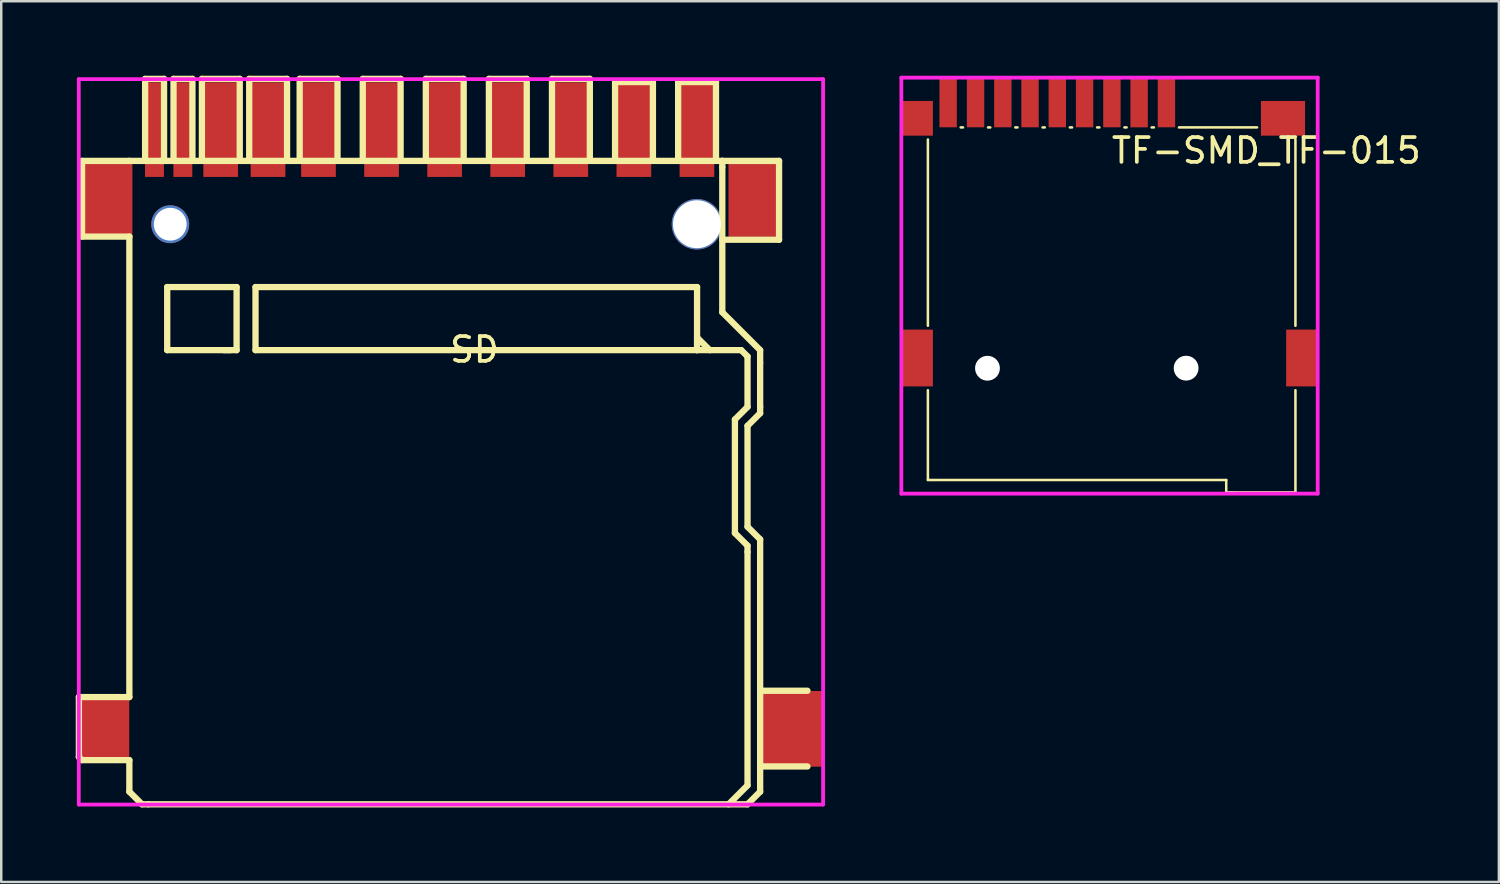
<source format=kicad_pcb>
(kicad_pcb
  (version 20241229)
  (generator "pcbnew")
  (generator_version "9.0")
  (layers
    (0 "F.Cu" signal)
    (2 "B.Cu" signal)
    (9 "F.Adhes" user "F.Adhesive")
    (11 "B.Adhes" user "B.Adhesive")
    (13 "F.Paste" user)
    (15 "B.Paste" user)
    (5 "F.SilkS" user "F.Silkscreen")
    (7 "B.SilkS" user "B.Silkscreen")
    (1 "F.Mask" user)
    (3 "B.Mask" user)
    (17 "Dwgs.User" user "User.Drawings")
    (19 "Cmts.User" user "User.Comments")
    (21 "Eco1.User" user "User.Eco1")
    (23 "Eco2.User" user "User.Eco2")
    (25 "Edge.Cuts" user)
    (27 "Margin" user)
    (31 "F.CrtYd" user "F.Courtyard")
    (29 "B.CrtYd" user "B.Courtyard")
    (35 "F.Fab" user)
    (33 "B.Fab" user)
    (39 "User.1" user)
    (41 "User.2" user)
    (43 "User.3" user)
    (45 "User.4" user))
  (footprint "TF-SMD_TF-015"
    (layer "F.Cu")
    (at 41.628 6.221)
    (property "Reference" "TF-SMD_TF-015" (at 0 -3.207 0) (layer "F.SilkS") (effects (font (size 1 1) (thickness 0.15)) (justify left)))
    (attr through_hole)
    (fp_line (start -7.314 -3.653) (end -7.314 3.847) (stroke (width 0.102) (type solid)) (layer "F.SilkS"))
    (fp_line (start -7.314 6.443) (end -7.314 10.056) (stroke (width 0.102) (type solid)) (layer "F.SilkS"))
    (fp_line (start -7.314 10.057) (end 4.699 10.058) (stroke (width 0.102) (type solid)) (layer "F.SilkS"))
    (fp_line (start -5.994 -4.14) (end -5.9 -4.14) (stroke (width 0.102) (type solid)) (layer "F.SilkS"))
    (fp_line (start -4.891 -4.14) (end -4.802 -4.14) (stroke (width 0.102) (type solid)) (layer "F.SilkS"))
    (fp_line (start -3.793 -4.14) (end -3.706 -4.14) (stroke (width 0.102) (type solid)) (layer "F.SilkS"))
    (fp_line (start -2.696 -4.14) (end -2.608 -4.14) (stroke (width 0.102) (type solid)) (layer "F.SilkS"))
    (fp_line (start -1.598 -4.14) (end -1.509 -4.14) (stroke (width 0.102) (type solid)) (layer "F.SilkS"))
    (fp_line (start -0.499 -4.14) (end -0.409 -4.14) (stroke (width 0.102) (type solid)) (layer "F.SilkS"))
    (fp_line (start 0.6 -4.14) (end 0.687 -4.14) (stroke (width 0.102) (type solid)) (layer "F.SilkS"))
    (fp_line (start 1.697 -4.14) (end 1.787 -4.14) (stroke (width 0.102) (type solid)) (layer "F.SilkS"))
    (fp_line (start 2.796 -4.14) (end 5.941 -4.14) (stroke (width 0.102) (type solid)) (layer "F.SilkS"))
    (fp_line (start 4.699 10.058) (end 4.699 10.555) (stroke (width 0.1) (type solid)) (layer "F.SilkS"))
    (fp_line (start 4.699 10.555) (end 7.486 10.557) (stroke (width 0.102) (type solid)) (layer "F.SilkS"))
    (fp_line (start 7.486 -3.653) (end 7.486 3.847) (stroke (width 0.102) (type solid)) (layer "F.SilkS"))
    (fp_line (start 7.486 6.443) (end 7.486 10.557) (stroke (width 0.102) (type solid)) (layer "F.SilkS"))
    (fp_line (start -8.382 -6.145) (end 8.382 -6.145) (stroke (width 0.152) (type solid)) (layer "F.CrtYd"))
    (fp_line (start -8.382 10.607) (end -8.382 -6.145) (stroke (width 0.152) (type solid)) (layer "F.CrtYd"))
    (fp_line (start 8.382 -6.145) (end 8.382 10.607) (stroke (width 0.152) (type solid)) (layer "F.CrtYd"))
    (fp_line (start 8.382 10.607) (end -8.382 10.607) (stroke (width 0.152) (type solid)) (layer "F.CrtYd"))
    (pad "" np_thru_hole circle (at -4.915 5.557) (size 1 1) (drill oval 1) (layers "*.Cu" "*.Mask"))
    (pad "" np_thru_hole circle (at 3.084 5.554) (size 1 1) (drill oval 1) (layers "*.Cu" "*.Mask"))
    (pad "1" smd rect (at 2.292 -5.145 180) (size 0.7 2) (layers "F.Cu" "F.Mask" "F.Paste"))
    (pad "2" smd rect (at 1.192 -5.143 180) (size 0.7 2) (layers "F.Cu" "F.Mask" "F.Paste"))
    (pad "3" smd rect (at 0.096 -5.145 180) (size 0.7 2) (layers "F.Cu" "F.Mask" "F.Paste"))
    (pad "4" smd rect (at -1.004 -5.145 180) (size 0.7 2) (layers "F.Cu" "F.Mask" "F.Paste"))
    (pad "5" smd rect (at -2.103 -5.145 180) (size 0.7 2) (layers "F.Cu" "F.Mask" "F.Paste"))
    (pad "6" smd rect (at -3.201 -5.145 180) (size 0.7 2) (layers "F.Cu" "F.Mask" "F.Paste"))
    (pad "7" smd rect (at -4.297 -5.145 180) (size 0.7 2) (layers "F.Cu" "F.Mask" "F.Paste"))
    (pad "8" smd rect (at -5.395 -5.145 180) (size 0.7 2) (layers "F.Cu" "F.Mask" "F.Paste"))
    (pad "9" smd rect (at -6.499 -5.145 180) (size 0.7 2) (layers "F.Cu" "F.Mask" "F.Paste"))
    (pad "10" smd rect (at -7.747 -4.507 180) (size 1.27 1.397) (layers "F.Cu" "F.Mask" "F.Paste"))
    (pad "10" smd rect (at -7.747 5.145 180) (size 1.27 2.286) (layers "F.Cu" "F.Mask" "F.Paste"))
    (pad "10" smd rect (at 6.985 -4.507 180) (size 1.778 1.397) (layers "F.Cu" "F.Mask" "F.Paste"))
    (pad "10" smd rect (at 7.747 5.145 180) (size 1.27 2.286) (layers "F.Cu" "F.Mask" "F.Paste")))
  (footprint "SD"
    (layer "F.Cu")
    (at 14.981 14.234)
    (property "Reference" "SD" (at 0 -3.207 0) (layer "F.SilkS") (effects (font (size 1 1) (thickness 0.15)) (justify left)))
    (attr through_hole)
    (fp_line (start -14.854 10.785) (end -12.822 10.785) (stroke (width 0.254) (type solid)) (layer "F.SilkS"))
    (fp_line (start -14.854 13.198) (end -14.854 10.785) (stroke (width 0.254) (type solid)) (layer "F.SilkS"))
    (fp_line (start -14.727 -10.805) (end -12.822 -10.805) (stroke (width 0.254) (type solid)) (layer "F.SilkS"))
    (fp_line (start -14.727 -7.757) (end -14.727 -10.805) (stroke (width 0.254) (type solid)) (layer "F.SilkS"))
    (fp_line (start -14.727 13.325) (end -14.854 13.198) (stroke (width 0.254) (type solid)) (layer "F.SilkS"))
    (fp_line (start -12.822 -10.805) (end -11.425 -10.805) (stroke (width 0.254) (type solid)) (layer "F.SilkS"))
    (fp_line (start -12.822 -7.757) (end -14.727 -7.757) (stroke (width 0.254) (type solid)) (layer "F.SilkS"))
    (fp_line (start -12.822 10.785) (end -12.822 -7.757) (stroke (width 0.254) (type solid)) (layer "F.SilkS"))
    (fp_line (start -12.822 13.325) (end -14.727 13.325) (stroke (width 0.254) (type solid)) (layer "F.SilkS"))
    (fp_line (start -12.822 14.595) (end -12.822 13.325) (stroke (width 0.254) (type solid)) (layer "F.SilkS"))
    (fp_line (start -12.314 15.103) (end -12.822 14.595) (stroke (width 0.254) (type solid)) (layer "F.SilkS"))
    (fp_line (start -12.187 -14.107) (end -12.187 -10.805) (stroke (width 0.254) (type solid)) (layer "F.SilkS"))
    (fp_line (start -12.06 15.103) (end -12.314 15.103) (stroke (width 0.254) (type solid)) (layer "F.SilkS"))
    (fp_line (start -11.552 -10.805) (end 11.054 -10.805) (stroke (width 0.254) (type solid)) (layer "F.SilkS"))
    (fp_line (start -11.425 -14.107) (end -12.187 -14.107) (stroke (width 0.254) (type solid)) (layer "F.SilkS"))
    (fp_line (start -11.425 -10.805) (end -11.425 -14.107) (stroke (width 0.254) (type solid)) (layer "F.SilkS"))
    (fp_line (start -11.298 -5.725) (end -11.298 -3.185) (stroke (width 0.254) (type solid)) (layer "F.SilkS"))
    (fp_line (start -11.298 -3.185) (end -8.758 -3.185) (stroke (width 0.254) (type solid)) (layer "F.SilkS"))
    (fp_line (start -11.044 -14.107) (end -11.044 -10.805) (stroke (width 0.254) (type solid)) (layer "F.SilkS"))
    (fp_line (start -10.282 -14.107) (end -11.044 -14.107) (stroke (width 0.254) (type solid)) (layer "F.SilkS"))
    (fp_line (start -10.282 -10.805) (end -10.282 -14.107) (stroke (width 0.254) (type solid)) (layer "F.SilkS"))
    (fp_line (start -9.901 -14.107) (end -8.377 -14.107) (stroke (width 0.254) (type solid)) (layer "F.SilkS"))
    (fp_line (start -9.901 -10.932) (end -9.901 -14.107) (stroke (width 0.254) (type solid)) (layer "F.SilkS"))
    (fp_line (start -9.012 -3.185) (end -8.504 -3.185) (stroke (width 0.254) (type solid)) (layer "F.SilkS"))
    (fp_line (start -8.504 -5.725) (end -11.298 -5.725) (stroke (width 0.254) (type solid)) (layer "F.SilkS"))
    (fp_line (start -8.504 -3.185) (end -8.504 -5.725) (stroke (width 0.254) (type solid)) (layer "F.SilkS"))
    (fp_line (start -8.377 -14.107) (end -8.377 -10.932) (stroke (width 0.254) (type solid)) (layer "F.SilkS"))
    (fp_line (start -7.996 -14.107) (end -6.472 -14.107) (stroke (width 0.254) (type solid)) (layer "F.SilkS"))
    (fp_line (start -7.996 -10.932) (end -7.996 -14.107) (stroke (width 0.254) (type solid)) (layer "F.SilkS"))
    (fp_line (start -7.742 -5.725) (end 10.038 -5.725) (stroke (width 0.254) (type solid)) (layer "F.SilkS"))
    (fp_line (start -7.742 -3.185) (end -7.742 -5.725) (stroke (width 0.254) (type solid)) (layer "F.SilkS"))
    (fp_line (start -6.472 -14.107) (end -6.472 -10.932) (stroke (width 0.254) (type solid)) (layer "F.SilkS"))
    (fp_line (start -5.964 -14.107) (end -4.44 -14.107) (stroke (width 0.254) (type solid)) (layer "F.SilkS"))
    (fp_line (start -5.964 -10.932) (end -5.964 -14.107) (stroke (width 0.254) (type solid)) (layer "F.SilkS"))
    (fp_line (start -4.44 -14.107) (end -4.44 -10.932) (stroke (width 0.254) (type solid)) (layer "F.SilkS"))
    (fp_line (start -3.424 -14.107) (end -1.9 -14.107) (stroke (width 0.254) (type solid)) (layer "F.SilkS"))
    (fp_line (start -3.424 -10.932) (end -3.424 -14.107) (stroke (width 0.254) (type solid)) (layer "F.SilkS"))
    (fp_line (start -1.9 -14.107) (end -1.9 -10.932) (stroke (width 0.254) (type solid)) (layer "F.SilkS"))
    (fp_line (start -0.884 -14.107) (end 0.64 -14.107) (stroke (width 0.254) (type solid)) (layer "F.SilkS"))
    (fp_line (start -0.884 -10.932) (end -0.884 -14.107) (stroke (width 0.254) (type solid)) (layer "F.SilkS"))
    (fp_line (start 0.64 -14.107) (end 0.64 -10.932) (stroke (width 0.254) (type solid)) (layer "F.SilkS"))
    (fp_line (start 1.656 -14.107) (end 3.18 -14.107) (stroke (width 0.254) (type solid)) (layer "F.SilkS"))
    (fp_line (start 1.656 -10.932) (end 1.656 -14.107) (stroke (width 0.254) (type solid)) (layer "F.SilkS"))
    (fp_line (start 3.18 -14.107) (end 3.18 -10.932) (stroke (width 0.254) (type solid)) (layer "F.SilkS"))
    (fp_line (start 4.196 -14.107) (end 5.72 -14.107) (stroke (width 0.254) (type solid)) (layer "F.SilkS"))
    (fp_line (start 4.196 -10.932) (end 4.196 -14.107) (stroke (width 0.254) (type solid)) (layer "F.SilkS"))
    (fp_line (start 5.72 -14.107) (end 5.72 -10.932) (stroke (width 0.254) (type solid)) (layer "F.SilkS"))
    (fp_line (start 6.736 -13.98) (end 8.26 -13.98) (stroke (width 0.254) (type solid)) (layer "F.SilkS"))
    (fp_line (start 6.736 -10.805) (end 6.736 -13.98) (stroke (width 0.254) (type solid)) (layer "F.SilkS"))
    (fp_line (start 8.26 -13.98) (end 8.26 -10.805) (stroke (width 0.254) (type solid)) (layer "F.SilkS"))
    (fp_line (start 9.276 -13.98) (end 10.8 -13.98) (stroke (width 0.254) (type solid)) (layer "F.SilkS"))
    (fp_line (start 9.276 -10.805) (end 9.276 -13.98) (stroke (width 0.254) (type solid)) (layer "F.SilkS"))
    (fp_line (start 10.038 -5.725) (end 10.038 -3.439) (stroke (width 0.254) (type solid)) (layer "F.SilkS"))
    (fp_line (start 10.038 -3.693) (end 10.546 -3.185) (stroke (width 0.254) (type solid)) (layer "F.SilkS"))
    (fp_line (start 10.038 -3.439) (end 10.038 -3.185) (stroke (width 0.254) (type solid)) (layer "F.SilkS"))
    (fp_line (start 10.038 -3.185) (end -7.742 -3.185) (stroke (width 0.254) (type solid)) (layer "F.SilkS"))
    (fp_line (start 10.038 -3.185) (end 11.816 -3.185) (stroke (width 0.254) (type solid)) (layer "F.SilkS"))
    (fp_line (start 10.8 -13.98) (end 10.8 -10.805) (stroke (width 0.254) (type solid)) (layer "F.SilkS"))
    (fp_line (start 11.054 -10.805) (end 11.054 -10.551) (stroke (width 0.254) (type solid)) (layer "F.SilkS"))
    (fp_line (start 11.054 -10.551) (end 11.054 -4.709) (stroke (width 0.254) (type solid)) (layer "F.SilkS"))
    (fp_line (start 11.054 -7.63) (end 13.34 -7.63) (stroke (width 0.254) (type solid)) (layer "F.SilkS"))
    (fp_line (start 11.054 -4.709) (end 12.578 -3.185) (stroke (width 0.254) (type solid)) (layer "F.SilkS"))
    (fp_line (start 11.562 -0.391) (end 11.562 4.181) (stroke (width 0.254) (type solid)) (layer "F.SilkS"))
    (fp_line (start 11.562 4.181) (end 12.07 4.689) (stroke (width 0.254) (type solid)) (layer "F.SilkS"))
    (fp_line (start 11.816 -3.185) (end 12.07 -2.931) (stroke (width 0.254) (type solid)) (layer "F.SilkS"))
    (fp_line (start 12.07 -2.931) (end 12.07 -0.899) (stroke (width 0.254) (type solid)) (layer "F.SilkS"))
    (fp_line (start 12.07 -0.899) (end 11.562 -0.391) (stroke (width 0.254) (type solid)) (layer "F.SilkS"))
    (fp_line (start 12.07 -0.137) (end 12.07 3.927) (stroke (width 0.254) (type solid)) (layer "F.SilkS"))
    (fp_line (start 12.07 3.927) (end 12.578 4.435) (stroke (width 0.254) (type solid)) (layer "F.SilkS"))
    (fp_line (start 12.07 4.689) (end 12.07 4.943) (stroke (width 0.254) (type solid)) (layer "F.SilkS"))
    (fp_line (start 12.07 4.943) (end 12.07 14.341) (stroke (width 0.254) (type solid)) (layer "F.SilkS"))
    (fp_line (start 12.07 14.341) (end 11.308 15.103) (stroke (width 0.254) (type solid)) (layer "F.SilkS"))
    (fp_line (start 12.07 15.103) (end -12.06 15.103) (stroke (width 0.254) (type solid)) (layer "F.SilkS"))
    (fp_line (start 12.578 -3.185) (end 12.578 -2.677) (stroke (width 0.254) (type solid)) (layer "F.SilkS"))
    (fp_line (start 12.578 -2.677) (end 12.578 -0.899) (stroke (width 0.254) (type solid)) (layer "F.SilkS"))
    (fp_line (start 12.578 -0.899) (end 12.578 -0.645) (stroke (width 0.254) (type solid)) (layer "F.SilkS"))
    (fp_line (start 12.578 -0.645) (end 12.07 -0.137) (stroke (width 0.254) (type solid)) (layer "F.SilkS"))
    (fp_line (start 12.578 4.435) (end 12.578 14.595) (stroke (width 0.254) (type solid)) (layer "F.SilkS"))
    (fp_line (start 12.578 10.531) (end 14.483 10.531) (stroke (width 0.254) (type solid)) (layer "F.SilkS"))
    (fp_line (start 12.578 13.579) (end 14.483 13.579) (stroke (width 0.254) (type solid)) (layer "F.SilkS"))
    (fp_line (start 12.578 14.595) (end 12.07 15.103) (stroke (width 0.254) (type solid)) (layer "F.SilkS"))
    (fp_line (start 13.34 -10.805) (end 11.054 -10.805) (stroke (width 0.254) (type solid)) (layer "F.SilkS"))
    (fp_line (start 13.34 -7.63) (end 13.34 -10.805) (stroke (width 0.254) (type solid)) (layer "F.SilkS"))
    (fp_line (start -14.859 -14.097) (end 15.113 -14.097) (stroke (width 0.152) (type solid)) (layer "F.CrtYd"))
    (fp_line (start -14.859 15.113) (end -14.859 -14.097) (stroke (width 0.152) (type solid)) (layer "F.CrtYd"))
    (fp_line (start 15.113 -14.097) (end 15.113 15.113) (stroke (width 0.152) (type solid)) (layer "F.CrtYd"))
    (fp_line (start 15.113 15.113) (end -14.859 15.113) (stroke (width 0.152) (type solid)) (layer "F.CrtYd"))
    (pad "0" smd rect (at -13.843 12.065 270) (size 2.54 2.032) (layers "F.Cu" "F.Mask" "F.Paste"))
    (pad "0" smd rect (at -13.716 -9.271 270) (size 3.048 2.032) (layers "F.Cu" "F.Mask" "F.Paste"))
    (pad "0" thru_hole circle (at -11.176 -8.255 270) (size 1.524 1.524) (drill 1.32) (layers "*.Cu" "*.Mask"))
    (pad "0" thru_hole circle (at 10.033 -8.255 270) (size 2.032 2.032) (drill 1.93) (layers "*.Cu" "*.Mask"))
    (pad "0" smd rect (at 12.319 -9.271 270) (size 3.048 2.032) (layers "F.Cu" "F.Mask" "F.Paste"))
    (pad "0" smd rect (at 13.843 12.065 270) (size 3.048 2.54) (layers "F.Cu" "F.Mask" "F.Paste"))
    (pad "1" smd rect (at 7.493 -12.065 270) (size 3.81 1.397) (layers "F.Cu" "F.Mask" "F.Paste"))
    (pad "2" smd rect (at 4.953 -12.065 270) (size 3.81 1.397) (layers "F.Cu" "F.Mask" "F.Paste"))
    (pad "3" smd rect (at 2.413 -12.065 270) (size 3.81 1.397) (layers "F.Cu" "F.Mask" "F.Paste"))
    (pad "4" smd rect (at -0.127 -12.065 270) (size 3.81 1.397) (layers "F.Cu" "F.Mask" "F.Paste"))
    (pad "5" smd rect (at -2.667 -12.065 270) (size 3.81 1.397) (layers "F.Cu" "F.Mask" "F.Paste"))
    (pad "6" smd rect (at -5.207 -12.065 270) (size 3.81 1.397) (layers "F.Cu" "F.Mask" "F.Paste"))
    (pad "7" smd rect (at -7.239 -12.065 270) (size 3.81 1.397) (layers "F.Cu" "F.Mask" "F.Paste"))
    (pad "8" smd rect (at -9.144 -12.065 270) (size 3.81 1.397) (layers "F.Cu" "F.Mask" "F.Paste"))
    (pad "9" smd rect (at 10.033 -12.065 270) (size 3.81 1.397) (layers "F.Cu" "F.Mask" "F.Paste"))
    (pad "10" smd rect (at -10.668 -12.065 270) (size 3.81 0.762) (layers "F.Cu" "F.Mask" "F.Paste"))
    (pad "11" smd rect (at -11.811 -12.065 270) (size 3.81 0.762) (layers "F.Cu" "F.Mask" "F.Paste")))
  (gr_rect
    (start -3 -3)
    (end 57.307 32.464)
    (stroke (width 0.1) (type default))
    (fill no)
    (layer "Edge.Cuts")))
</source>
